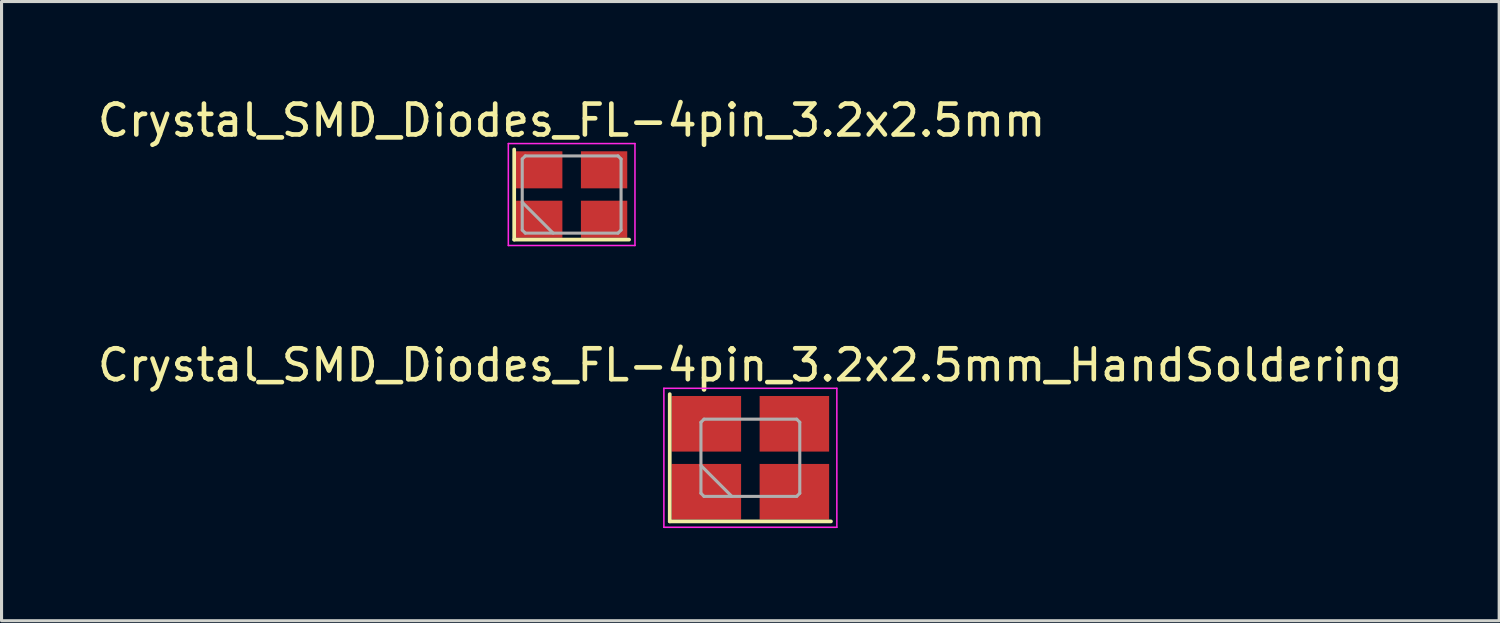
<source format=kicad_pcb>
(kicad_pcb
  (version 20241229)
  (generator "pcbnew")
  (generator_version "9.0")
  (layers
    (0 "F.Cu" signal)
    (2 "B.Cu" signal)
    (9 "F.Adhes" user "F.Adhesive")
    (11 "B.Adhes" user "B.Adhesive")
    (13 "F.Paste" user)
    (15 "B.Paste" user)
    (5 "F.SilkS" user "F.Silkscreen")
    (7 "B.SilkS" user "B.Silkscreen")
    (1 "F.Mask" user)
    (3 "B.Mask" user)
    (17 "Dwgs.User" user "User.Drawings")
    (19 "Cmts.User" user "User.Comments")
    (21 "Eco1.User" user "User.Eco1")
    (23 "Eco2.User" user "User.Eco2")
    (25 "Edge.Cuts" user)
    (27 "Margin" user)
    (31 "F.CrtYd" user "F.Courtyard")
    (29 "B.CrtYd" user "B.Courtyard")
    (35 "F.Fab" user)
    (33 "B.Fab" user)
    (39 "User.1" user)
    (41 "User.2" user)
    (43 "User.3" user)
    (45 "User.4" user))
  (footprint "Crystal_SMD_Diodes_FL-4pin_3.2x2.5mm_HandSoldering"
    (layer "F.Cu")
    (at 21.244 11.771)
    (property "Reference" "Crystal_SMD_Diodes_FL-4pin_3.2x2.5mm_HandSoldering" (at 0 -3 0) (layer "F.SilkS") (effects (font (size 1 1) (thickness 0.15))))
    (attr smd)
    (fp_line (start -2.61 -2.06) (end -2.61 2.06) (stroke (width 0.12) (type solid)) (layer "F.SilkS"))
    (fp_line (start -2.61 2.06) (end 2.61 2.06) (stroke (width 0.12) (type solid)) (layer "F.SilkS"))
    (fp_line (start -2.8 -2.25) (end -2.8 2.25) (stroke (width 0.05) (type solid)) (layer "F.CrtYd"))
    (fp_line (start -2.8 2.25) (end 2.8 2.25) (stroke (width 0.05) (type solid)) (layer "F.CrtYd"))
    (fp_line (start 2.8 -2.25) (end -2.8 -2.25) (stroke (width 0.05) (type solid)) (layer "F.CrtYd"))
    (fp_line (start 2.8 2.25) (end 2.8 -2.25) (stroke (width 0.05) (type solid)) (layer "F.CrtYd"))
    (fp_line (start -1.6 -1.15) (end -1.5 -1.25) (stroke (width 0.1) (type solid)) (layer "F.Fab"))
    (fp_line (start -1.6 0.25) (end -0.6 1.25) (stroke (width 0.1) (type solid)) (layer "F.Fab"))
    (fp_line (start -1.6 1.15) (end -1.6 -1.15) (stroke (width 0.1) (type solid)) (layer "F.Fab"))
    (fp_line (start -1.5 -1.25) (end 1.5 -1.25) (stroke (width 0.1) (type solid)) (layer "F.Fab"))
    (fp_line (start -1.5 1.25) (end -1.6 1.15) (stroke (width 0.1) (type solid)) (layer "F.Fab"))
    (fp_line (start 1.5 -1.25) (end 1.6 -1.15) (stroke (width 0.1) (type solid)) (layer "F.Fab"))
    (fp_line (start 1.5 1.25) (end -1.5 1.25) (stroke (width 0.1) (type solid)) (layer "F.Fab"))
    (fp_line (start 1.6 -1.15) (end 1.6 1.15) (stroke (width 0.1) (type solid)) (layer "F.Fab"))
    (fp_line (start 1.6 1.15) (end 1.5 1.25) (stroke (width 0.1) (type solid)) (layer "F.Fab"))
    (pad "1" smd rect (at -1.425 1.1) (size 2.25 1.8) (layers "F.Cu" "F.Mask"))
    (pad "2" smd rect (at 1.425 1.1) (size 2.25 1.8) (layers "F.Cu" "F.Mask"))
    (pad "3" smd rect (at 1.425 -1.1) (size 2.25 1.8) (layers "F.Cu" "F.Mask"))
    (pad "4" smd rect (at -1.425 -1.1) (size 2.25 1.8) (layers "F.Cu" "F.Mask")))
  (footprint "Crystal_SMD_Diodes_FL-4pin_3.2x2.5mm"
    (layer "F.Cu")
    (at 15.458 3.248)
    (property "Reference" "Crystal_SMD_Diodes_FL-4pin_3.2x2.5mm" (at 0 -2.4 0) (layer "F.SilkS") (effects (font (size 1 1) (thickness 0.15))))
    (attr smd)
    (fp_line (start -1.86 -1.46) (end -1.86 1.46) (stroke (width 0.12) (type solid)) (layer "F.SilkS"))
    (fp_line (start -1.86 1.46) (end 1.86 1.46) (stroke (width 0.12) (type solid)) (layer "F.SilkS"))
    (fp_line (start -2.05 -1.65) (end -2.05 1.65) (stroke (width 0.05) (type solid)) (layer "F.CrtYd"))
    (fp_line (start -2.05 1.65) (end 2.05 1.65) (stroke (width 0.05) (type solid)) (layer "F.CrtYd"))
    (fp_line (start 2.05 -1.65) (end -2.05 -1.65) (stroke (width 0.05) (type solid)) (layer "F.CrtYd"))
    (fp_line (start 2.05 1.65) (end 2.05 -1.65) (stroke (width 0.05) (type solid)) (layer "F.CrtYd"))
    (fp_line (start -1.6 -1.15) (end -1.5 -1.25) (stroke (width 0.1) (type solid)) (layer "F.Fab"))
    (fp_line (start -1.6 0.25) (end -0.6 1.25) (stroke (width 0.1) (type solid)) (layer "F.Fab"))
    (fp_line (start -1.6 1.15) (end -1.6 -1.15) (stroke (width 0.1) (type solid)) (layer "F.Fab"))
    (fp_line (start -1.5 -1.25) (end 1.5 -1.25) (stroke (width 0.1) (type solid)) (layer "F.Fab"))
    (fp_line (start -1.5 1.25) (end -1.6 1.15) (stroke (width 0.1) (type solid)) (layer "F.Fab"))
    (fp_line (start 1.5 -1.25) (end 1.6 -1.15) (stroke (width 0.1) (type solid)) (layer "F.Fab"))
    (fp_line (start 1.5 1.25) (end -1.5 1.25) (stroke (width 0.1) (type solid)) (layer "F.Fab"))
    (fp_line (start 1.6 -1.15) (end 1.6 1.15) (stroke (width 0.1) (type solid)) (layer "F.Fab"))
    (fp_line (start 1.6 1.15) (end 1.5 1.25) (stroke (width 0.1) (type solid)) (layer "F.Fab"))
    (pad "1" smd rect (at -1.05 0.8) (size 1.5 1.2) (layers "F.Cu" "F.Mask"))
    (pad "2" smd rect (at 1.05 0.8) (size 1.5 1.2) (layers "F.Cu" "F.Mask"))
    (pad "3" smd rect (at 1.05 -0.8) (size 1.5 1.2) (layers "F.Cu" "F.Mask"))
    (pad "4" smd rect (at -1.05 -0.8) (size 1.5 1.2) (layers "F.Cu" "F.Mask")))
  (gr_rect
    (start -3 -3)
    (end 45.488 17.047)
    (stroke (width 0.1) (type default))
    (fill no)
    (layer "Edge.Cuts")))
</source>
